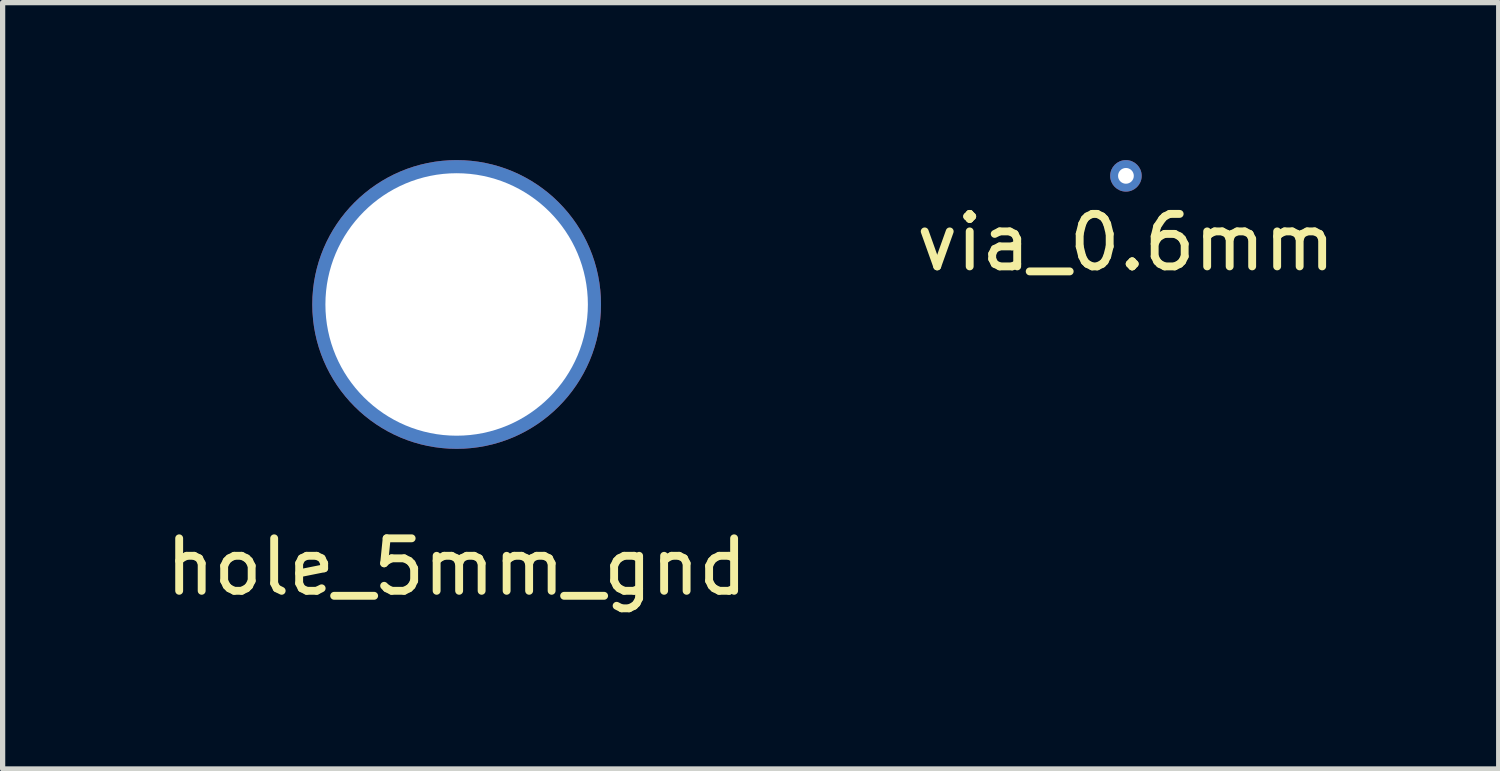
<source format=kicad_pcb>
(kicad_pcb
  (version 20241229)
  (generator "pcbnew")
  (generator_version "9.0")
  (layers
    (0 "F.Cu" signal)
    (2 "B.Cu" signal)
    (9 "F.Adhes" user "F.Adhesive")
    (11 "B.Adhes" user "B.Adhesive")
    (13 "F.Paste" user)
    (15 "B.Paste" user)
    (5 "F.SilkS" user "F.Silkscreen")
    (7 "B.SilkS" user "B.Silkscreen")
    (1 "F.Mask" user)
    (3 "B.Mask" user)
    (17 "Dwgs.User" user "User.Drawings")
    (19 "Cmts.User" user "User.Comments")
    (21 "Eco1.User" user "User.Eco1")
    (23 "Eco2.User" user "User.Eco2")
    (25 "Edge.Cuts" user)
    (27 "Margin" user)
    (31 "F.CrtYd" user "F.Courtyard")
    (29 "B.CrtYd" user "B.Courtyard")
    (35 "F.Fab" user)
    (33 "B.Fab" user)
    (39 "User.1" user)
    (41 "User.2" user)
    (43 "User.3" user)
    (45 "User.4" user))
  (footprint "via_0.6mm"
    (layer "F.Cu")
    (at 18.399 0.3)
    (property "Reference" "via_0.6mm" (at 0 1.27 0) (layer "F.SilkS") (effects (font (size 1 1) (thickness 0.15))))
    (attr through_hole)
    (pad "1" thru_hole circle (at 0 0) (size 0.6 0.6) (drill 0.3) (layers "*.Cu")))
  (footprint "hole_5mm_gnd"
    (layer "F.Cu")
    (at 5.649 2.75)
    (property "Reference" "hole_5mm_gnd" (at 0 5 0) (layer "F.SilkS") (effects (font (size 1 1) (thickness 0.15))))
    (attr through_hole)
    (pad "1" thru_hole circle (at 0 0) (size 5.5 5.5) (drill 5) (layers "*.Cu" "*.Mask")))
  (gr_rect
    (start -3 -3)
    (end 25.5 11.598)
    (stroke (width 0.1) (type default))
    (fill no)
    (layer "Edge.Cuts")))
</source>
